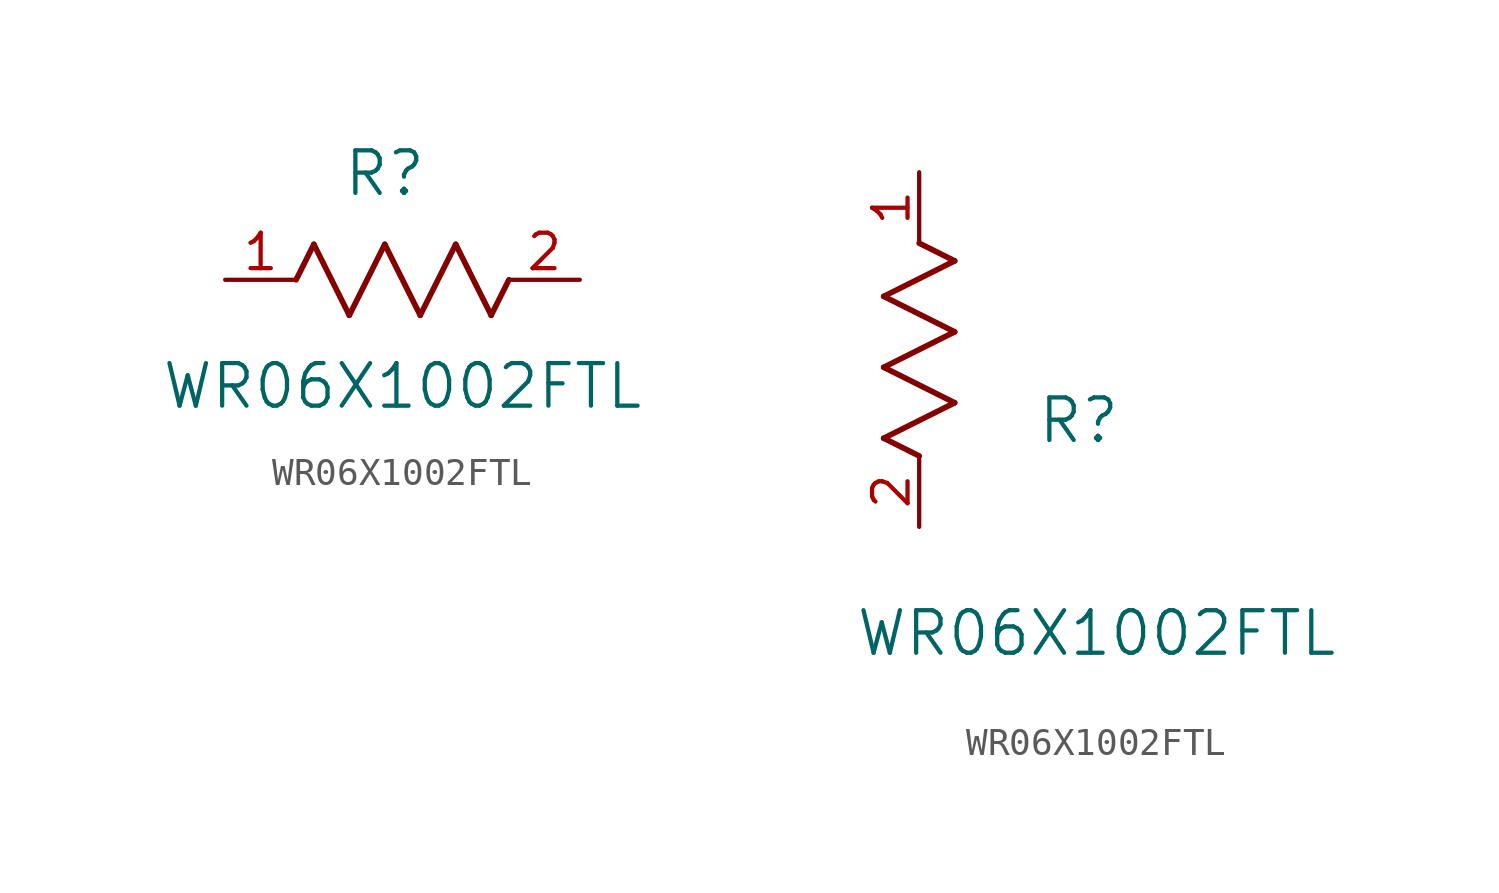
<source format=kicad_sym>
(kicad_symbol_lib
  (version 20211014)
  (generator kicad_symbol_editor)
  (symbol "WR06X1002FTL"
    (pin_names
      (offset 0.254))
    (property "Reference" "R"
      (at 5.715 3.81 0)
      (effects (font (size 1.524 1.524))))
    (property "Value" "WR06X1002FTL"
      (at 6.35 -3.81 0)
      (effects (font (size 1.524 1.524))))
    (symbol "WR06X1002FTL_1_1"
      (polyline (pts (xy 3.175 1.27) (xy 4.445 -1.27)) (stroke (width 0.203) (type default) (color 0 0 0 0)) (fill (type none)))
      (polyline (pts (xy 4.445 -1.27) (xy 5.715 1.27)) (stroke (width 0.203) (type default) (color 0 0 0 0)) (fill (type none)))
      (polyline (pts (xy 5.715 1.27) (xy 6.985 -1.27)) (stroke (width 0.203) (type default) (color 0 0 0 0)) (fill (type none)))
      (polyline (pts (xy 6.985 -1.27) (xy 8.255 1.27)) (stroke (width 0.203) (type default) (color 0 0 0 0)) (fill (type none)))
      (polyline (pts (xy 8.255 1.27) (xy 9.525 -1.27)) (stroke (width 0.203) (type default) (color 0 0 0 0)) (fill (type none)))
      (polyline (pts (xy 2.54 0) (xy 3.175 1.27)) (stroke (width 0.203) (type default) (color 0 0 0 0)) (fill (type none)))
      (polyline (pts (xy 9.525 -1.27) (xy 10.16 0)) (stroke (width 0.203) (type default) (color 0 0 0 0)) (fill (type none)))
      (pin unspecified line (at 0 0 0) (length 2.54) (name "" (effects (font (size 1.27 1.27)))) (number "1" (effects (font (size 1.27 1.27)))))
      (pin unspecified line (at 12.7 0 180) (length 2.54) (name "" (effects (font (size 1.27 1.27)))) (number "2" (effects (font (size 1.27 1.27))))))
    (symbol "WR06X1002FTL_1_2"
      (polyline (pts (xy 0 2.54) (xy -1.27 3.175)) (stroke (width 0.203) (type default) (color 0 0 0 0)) (fill (type none)))
      (polyline (pts (xy -1.27 3.175) (xy 1.27 4.445)) (stroke (width 0.203) (type default) (color 0 0 0 0)) (fill (type none)))
      (polyline (pts (xy 1.27 4.445) (xy -1.27 5.715)) (stroke (width 0.203) (type default) (color 0 0 0 0)) (fill (type none)))
      (polyline (pts (xy -1.27 5.715) (xy 1.27 6.985)) (stroke (width 0.203) (type default) (color 0 0 0 0)) (fill (type none)))
      (polyline (pts (xy -1.27 8.255) (xy 1.27 9.525)) (stroke (width 0.203) (type default) (color 0 0 0 0)) (fill (type none)))
      (polyline (pts (xy 1.27 9.525) (xy 0 10.16)) (stroke (width 0.203) (type default) (color 0 0 0 0)) (fill (type none)))
      (polyline (pts (xy 1.27 6.985) (xy -1.27 8.255)) (stroke (width 0.203) (type default) (color 0 0 0 0)) (fill (type none)))
      (pin unspecified line (at 0 12.7 270) (length 2.54) (name "" (effects (font (size 1.27 1.27)))) (number "1" (effects (font (size 1.27 1.27)))))
      (pin unspecified line (at 0 0 90) (length 2.54) (name "" (effects (font (size 1.27 1.27)))) (number "2" (effects (font (size 1.27 1.27))))))))
</source>
